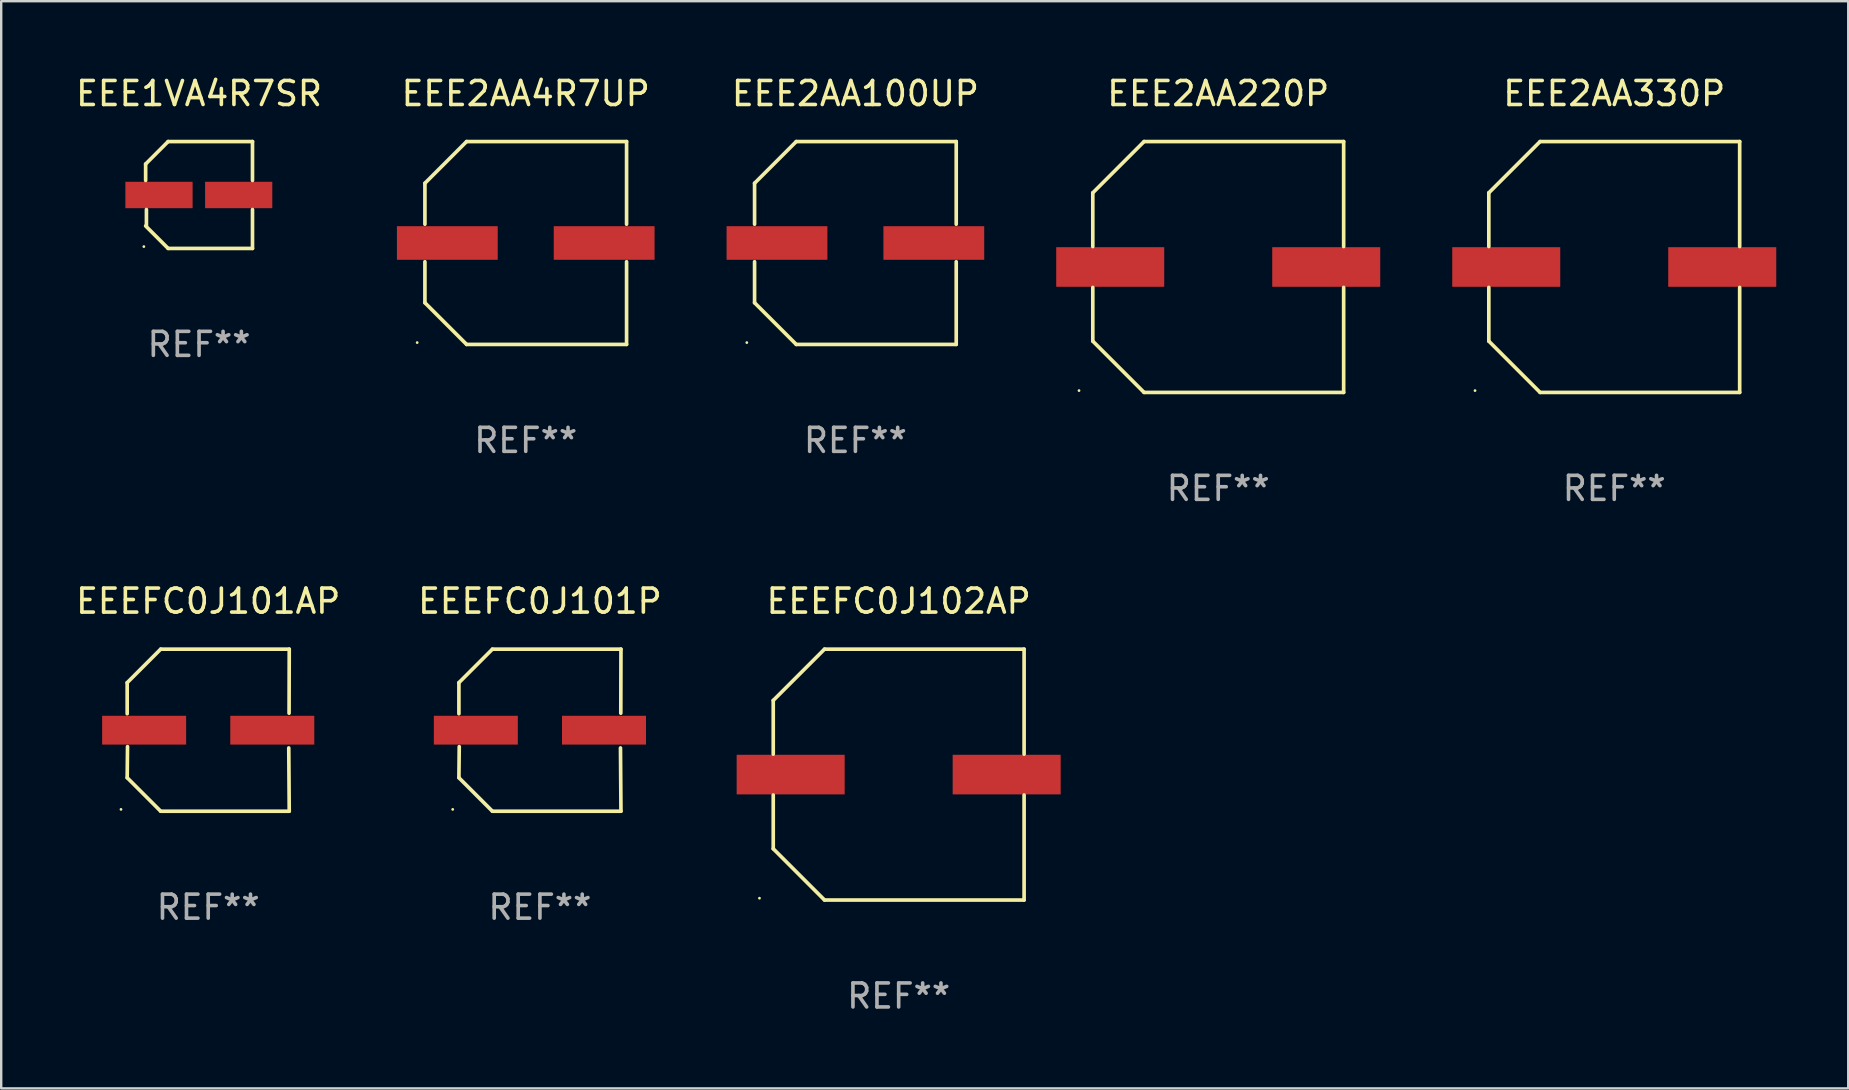
<source format=kicad_pcb>
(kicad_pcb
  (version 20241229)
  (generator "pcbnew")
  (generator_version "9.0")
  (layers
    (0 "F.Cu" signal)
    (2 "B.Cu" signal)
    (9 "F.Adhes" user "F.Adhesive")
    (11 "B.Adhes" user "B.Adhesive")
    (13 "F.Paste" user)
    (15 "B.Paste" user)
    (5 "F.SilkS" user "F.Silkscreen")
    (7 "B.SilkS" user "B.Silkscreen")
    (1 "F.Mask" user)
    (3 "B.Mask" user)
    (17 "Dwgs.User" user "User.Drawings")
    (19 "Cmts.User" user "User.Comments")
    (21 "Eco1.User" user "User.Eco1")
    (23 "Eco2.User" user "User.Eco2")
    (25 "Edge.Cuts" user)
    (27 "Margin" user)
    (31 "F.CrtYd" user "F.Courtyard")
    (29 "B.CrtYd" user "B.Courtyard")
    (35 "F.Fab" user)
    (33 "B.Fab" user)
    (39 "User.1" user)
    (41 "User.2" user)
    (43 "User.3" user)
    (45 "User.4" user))
  (footprint "EEE2AA330P"
    (layer "F.Cu")
    (at 64.207 8.074)
    (property "Reference" "EEE2AA330P" (at 0 -7.226 0) (layer "F.SilkS") (effects (font (size 1 1) (thickness 0.15))))
    (attr through_hole)
    (fp_line (start -5.226 -3.09) (end -5.226 -0.852) (stroke (width 0.152) (type solid)) (layer "F.SilkS"))
    (fp_line (start -5.226 3.09) (end -5.226 0.852) (stroke (width 0.152) (type solid)) (layer "F.SilkS"))
    (fp_line (start -3.09 -5.226) (end -5.226 -3.09) (stroke (width 0.152) (type solid)) (layer "F.SilkS"))
    (fp_line (start -3.09 5.226) (end -5.226 3.09) (stroke (width 0.152) (type solid)) (layer "F.SilkS"))
    (fp_line (start 5.226 -5.226) (end -3.09 -5.226) (stroke (width 0.152) (type solid)) (layer "F.SilkS"))
    (fp_line (start 5.226 -0.852) (end 5.226 -5.226) (stroke (width 0.152) (type solid)) (layer "F.SilkS"))
    (fp_line (start 5.226 0.852) (end 5.226 5.226) (stroke (width 0.152) (type solid)) (layer "F.SilkS"))
    (fp_line (start 5.226 5.226) (end -3.09 5.226) (stroke (width 0.152) (type solid)) (layer "F.SilkS"))
    (fp_circle (center -5.8 5.15) (end -5.77 5.15) (stroke (width 0.06) (type solid)) (fill no) (layer "F.SilkS"))
    (fp_text user "REF**" (at 0 9.226 0) (layer "F.Fab") (effects (font (size 1 1) (thickness 0.15))))
    (pad "1" smd rect (at -4.5 0) (size 4.5 1.65) (layers "F.Cu" "F.Mask" "F.Paste"))
    (pad "2" smd rect (at 4.5 0) (size 4.5 1.65) (layers "F.Cu" "F.Mask" "F.Paste")))
  (footprint "EEE2AA100UP"
    (layer "F.Cu")
    (at 32.59 7.074)
    (property "Reference" "EEE2AA100UP" (at 0 -6.226 0) (layer "F.SilkS") (effects (font (size 1 1) (thickness 0.15))))
    (attr through_hole)
    (fp_line (start -4.201 -2.49) (end -4.201 -0.782) (stroke (width 0.152) (type solid)) (layer "F.SilkS"))
    (fp_line (start -4.201 2.49) (end -4.201 0.782) (stroke (width 0.152) (type solid)) (layer "F.SilkS"))
    (fp_line (start -2.465 -4.226) (end -4.201 -2.49) (stroke (width 0.152) (type solid)) (layer "F.SilkS"))
    (fp_line (start -2.465 4.226) (end -4.201 2.49) (stroke (width 0.152) (type solid)) (layer "F.SilkS"))
    (fp_line (start 4.201 -4.226) (end -2.465 -4.226) (stroke (width 0.152) (type solid)) (layer "F.SilkS"))
    (fp_line (start 4.201 -0.782) (end 4.201 -4.226) (stroke (width 0.152) (type solid)) (layer "F.SilkS"))
    (fp_line (start 4.201 0.782) (end 4.201 4.226) (stroke (width 0.152) (type solid)) (layer "F.SilkS"))
    (fp_line (start 4.201 4.226) (end -2.465 4.226) (stroke (width 0.152) (type solid)) (layer "F.SilkS"))
    (fp_circle (center -4.524 4.15) (end -4.494 4.15) (stroke (width 0.06) (type solid)) (fill no) (layer "F.SilkS"))
    (fp_text user "REF**" (at 0 8.226 0) (layer "F.Fab") (effects (font (size 1 1) (thickness 0.15))))
    (pad "1" smd rect (at -3.267 0) (size 4.2 1.4) (layers "F.Cu" "F.Mask" "F.Paste"))
    (pad "2" smd rect (at 3.267 0) (size 4.2 1.4) (layers "F.Cu" "F.Mask" "F.Paste")))
  (footprint "EEE2AA220P"
    (layer "F.Cu")
    (at 47.707 8.074)
    (property "Reference" "EEE2AA220P" (at 0 -7.226 0) (layer "F.SilkS") (effects (font (size 1 1) (thickness 0.15))))
    (attr through_hole)
    (fp_line (start -5.226 -3.09) (end -5.226 -0.852) (stroke (width 0.152) (type solid)) (layer "F.SilkS"))
    (fp_line (start -5.226 3.09) (end -5.226 0.852) (stroke (width 0.152) (type solid)) (layer "F.SilkS"))
    (fp_line (start -3.09 -5.226) (end -5.226 -3.09) (stroke (width 0.152) (type solid)) (layer "F.SilkS"))
    (fp_line (start -3.09 5.226) (end -5.226 3.09) (stroke (width 0.152) (type solid)) (layer "F.SilkS"))
    (fp_line (start 5.226 -5.226) (end -3.09 -5.226) (stroke (width 0.152) (type solid)) (layer "F.SilkS"))
    (fp_line (start 5.226 -0.852) (end 5.226 -5.226) (stroke (width 0.152) (type solid)) (layer "F.SilkS"))
    (fp_line (start 5.226 0.852) (end 5.226 5.226) (stroke (width 0.152) (type solid)) (layer "F.SilkS"))
    (fp_line (start 5.226 5.226) (end -3.09 5.226) (stroke (width 0.152) (type solid)) (layer "F.SilkS"))
    (fp_circle (center -5.8 5.15) (end -5.77 5.15) (stroke (width 0.06) (type solid)) (fill no) (layer "F.SilkS"))
    (fp_text user "REF**" (at 0 9.226 0) (layer "F.Fab") (effects (font (size 1 1) (thickness 0.15))))
    (pad "1" smd rect (at -4.5 0) (size 4.5 1.65) (layers "F.Cu" "F.Mask" "F.Paste"))
    (pad "2" smd rect (at 4.5 0) (size 4.5 1.65) (layers "F.Cu" "F.Mask" "F.Paste")))
  (footprint "EEEFC0J101AP"
    (layer "F.Cu")
    (at 5.625 27.373)
    (property "Reference" "EEEFC0J101AP" (at 0 -5.376 0) (layer "F.SilkS") (effects (font (size 1 1) (thickness 0.15))))
    (attr through_hole)
    (fp_line (start -3.376 -1.98) (end -3.376 -0.686) (stroke (width 0.152) (type solid)) (layer "F.SilkS"))
    (fp_line (start -3.376 1.981) (end -3.362 0.686) (stroke (width 0.152) (type solid)) (layer "F.SilkS"))
    (fp_line (start -1.981 3.376) (end -3.376 1.981) (stroke (width 0.152) (type solid)) (layer "F.SilkS"))
    (fp_line (start -1.98 -3.376) (end -3.376 -1.98) (stroke (width 0.152) (type solid)) (layer "F.SilkS"))
    (fp_line (start 3.356 0.74) (end 3.376 3.376) (stroke (width 0.152) (type solid)) (layer "F.SilkS"))
    (fp_line (start 3.369 -0.707) (end 3.376 -3.376) (stroke (width 0.152) (type solid)) (layer "F.SilkS"))
    (fp_line (start 3.376 3.376) (end -1.981 3.376) (stroke (width 0.152) (type solid)) (layer "F.SilkS"))
    (fp_line (start 3.376 -3.376) (end -1.98 -3.376) (stroke (width 0.152) (type solid)) (layer "F.SilkS"))
    (fp_circle (center -3.634 3.3) (end -3.604 3.3) (stroke (width 0.06) (type solid)) (fill no) (layer "F.SilkS"))
    (fp_text user "REF**" (at 0 7.376 0) (layer "F.Fab") (effects (font (size 1 1) (thickness 0.15))))
    (pad "1" smd rect (at -2.67 0.000254) (size 3.5 1.2) (layers "F.Cu" "F.Mask" "F.Paste"))
    (pad "2" smd rect (at 2.67 0.000254) (size 3.5 1.2) (layers "F.Cu" "F.Mask" "F.Paste")))
  (footprint "EEEFC0J102AP"
    (layer "F.Cu")
    (at 34.393 29.223)
    (property "Reference" "EEEFC0J102AP" (at 0 -7.226 0) (layer "F.SilkS") (effects (font (size 1 1) (thickness 0.15))))
    (attr through_hole)
    (fp_line (start -5.226 -3.09) (end -5.226 -0.852) (stroke (width 0.152) (type solid)) (layer "F.SilkS"))
    (fp_line (start -5.226 3.09) (end -5.226 0.852) (stroke (width 0.152) (type solid)) (layer "F.SilkS"))
    (fp_line (start -3.09 -5.226) (end -5.226 -3.09) (stroke (width 0.152) (type solid)) (layer "F.SilkS"))
    (fp_line (start -3.09 5.226) (end -5.226 3.09) (stroke (width 0.152) (type solid)) (layer "F.SilkS"))
    (fp_line (start 5.226 -5.226) (end -3.09 -5.226) (stroke (width 0.152) (type solid)) (layer "F.SilkS"))
    (fp_line (start 5.226 -0.852) (end 5.226 -5.226) (stroke (width 0.152) (type solid)) (layer "F.SilkS"))
    (fp_line (start 5.226 0.852) (end 5.226 5.226) (stroke (width 0.152) (type solid)) (layer "F.SilkS"))
    (fp_line (start 5.226 5.226) (end -3.09 5.226) (stroke (width 0.152) (type solid)) (layer "F.SilkS"))
    (fp_circle (center -5.8 5.15) (end -5.77 5.15) (stroke (width 0.06) (type solid)) (fill no) (layer "F.SilkS"))
    (fp_text user "REF**" (at 0 9.226 0) (layer "F.Fab") (effects (font (size 1 1) (thickness 0.15))))
    (pad "1" smd rect (at -4.5 0) (size 4.5 1.65) (layers "F.Cu" "F.Mask" "F.Paste"))
    (pad "2" smd rect (at 4.5 0) (size 4.5 1.65) (layers "F.Cu" "F.Mask" "F.Paste")))
  (footprint "EEE2AA4R7UP"
    (layer "F.Cu")
    (at 18.855 7.074)
    (property "Reference" "EEE2AA4R7UP" (at 0 -6.226 0) (layer "F.SilkS") (effects (font (size 1 1) (thickness 0.15))))
    (attr through_hole)
    (fp_line (start -4.201 -2.49) (end -4.201 -0.782) (stroke (width 0.152) (type solid)) (layer "F.SilkS"))
    (fp_line (start -4.201 2.49) (end -4.201 0.782) (stroke (width 0.152) (type solid)) (layer "F.SilkS"))
    (fp_line (start -2.465 -4.226) (end -4.201 -2.49) (stroke (width 0.152) (type solid)) (layer "F.SilkS"))
    (fp_line (start -2.465 4.226) (end -4.201 2.49) (stroke (width 0.152) (type solid)) (layer "F.SilkS"))
    (fp_line (start 4.201 -4.226) (end -2.465 -4.226) (stroke (width 0.152) (type solid)) (layer "F.SilkS"))
    (fp_line (start 4.201 -0.782) (end 4.201 -4.226) (stroke (width 0.152) (type solid)) (layer "F.SilkS"))
    (fp_line (start 4.201 0.782) (end 4.201 4.226) (stroke (width 0.152) (type solid)) (layer "F.SilkS"))
    (fp_line (start 4.201 4.226) (end -2.465 4.226) (stroke (width 0.152) (type solid)) (layer "F.SilkS"))
    (fp_circle (center -4.524 4.15) (end -4.494 4.15) (stroke (width 0.06) (type solid)) (fill no) (layer "F.SilkS"))
    (fp_text user "REF**" (at 0 8.226 0) (layer "F.Fab") (effects (font (size 1 1) (thickness 0.15))))
    (pad "1" smd rect (at -3.267 0) (size 4.2 1.4) (layers "F.Cu" "F.Mask" "F.Paste"))
    (pad "2" smd rect (at 3.267 0) (size 4.2 1.4) (layers "F.Cu" "F.Mask" "F.Paste")))
  (footprint "EEEFC0J101P"
    (layer "F.Cu")
    (at 19.446 27.373)
    (property "Reference" "EEEFC0J101P" (at 0 -5.376 0) (layer "F.SilkS") (effects (font (size 1 1) (thickness 0.15))))
    (attr through_hole)
    (fp_line (start -3.376 -1.98) (end -3.376 -0.686) (stroke (width 0.152) (type solid)) (layer "F.SilkS"))
    (fp_line (start -3.376 1.981) (end -3.362 0.686) (stroke (width 0.152) (type solid)) (layer "F.SilkS"))
    (fp_line (start -1.981 3.376) (end -3.376 1.981) (stroke (width 0.152) (type solid)) (layer "F.SilkS"))
    (fp_line (start -1.98 -3.376) (end -3.376 -1.98) (stroke (width 0.152) (type solid)) (layer "F.SilkS"))
    (fp_line (start 3.356 0.74) (end 3.376 3.376) (stroke (width 0.152) (type solid)) (layer "F.SilkS"))
    (fp_line (start 3.369 -0.707) (end 3.376 -3.376) (stroke (width 0.152) (type solid)) (layer "F.SilkS"))
    (fp_line (start 3.376 3.376) (end -1.981 3.376) (stroke (width 0.152) (type solid)) (layer "F.SilkS"))
    (fp_line (start 3.376 -3.376) (end -1.98 -3.376) (stroke (width 0.152) (type solid)) (layer "F.SilkS"))
    (fp_circle (center -3.634 3.3) (end -3.604 3.3) (stroke (width 0.06) (type solid)) (fill no) (layer "F.SilkS"))
    (fp_text user "REF**" (at 0 7.376 0) (layer "F.Fab") (effects (font (size 1 1) (thickness 0.15))))
    (pad "1" smd rect (at -2.67 0.000254) (size 3.5 1.2) (layers "F.Cu" "F.Mask" "F.Paste"))
    (pad "2" smd rect (at 2.67 0.000254) (size 3.5 1.2) (layers "F.Cu" "F.Mask" "F.Paste")))
  (footprint "EEE1VA4R7SR"
    (layer "F.Cu")
    (at 5.244 5.074)
    (property "Reference" "EEE1VA4R7SR" (at 0 -4.226 0) (layer "F.SilkS") (effects (font (size 1 1) (thickness 0.15))))
    (attr through_hole)
    (fp_line (start -2.226 -1.29) (end -2.226 -0.607) (stroke (width 0.152) (type solid)) (layer "F.SilkS"))
    (fp_line (start -2.193 1.29) (end -2.193 0.607) (stroke (width 0.152) (type solid)) (layer "F.SilkS"))
    (fp_line (start -1.29 2.226) (end -2.226 1.29) (stroke (width 0.152) (type solid)) (layer "F.SilkS"))
    (fp_line (start -1.29 -2.226) (end -2.226 -1.29) (stroke (width 0.152) (type solid)) (layer "F.SilkS"))
    (fp_line (start 2.226 -2.226) (end -1.29 -2.226) (stroke (width 0.152) (type solid)) (layer "F.SilkS"))
    (fp_line (start 2.226 -0.607) (end 2.226 -2.226) (stroke (width 0.152) (type solid)) (layer "F.SilkS"))
    (fp_line (start 2.226 0.607) (end 2.226 2.226) (stroke (width 0.152) (type solid)) (layer "F.SilkS"))
    (fp_line (start 2.226 2.226) (end -1.29 2.226) (stroke (width 0.152) (type solid)) (layer "F.SilkS"))
    (fp_circle (center -2.3 2.15) (end -2.27 2.15) (stroke (width 0.06) (type solid)) (fill no) (layer "F.SilkS"))
    (fp_text user "REF**" (at 0 6.226 0) (layer "F.Fab") (effects (font (size 1 1) (thickness 0.15))))
    (pad "1" smd rect (at -1.67 -0.000025) (size 2.8 1.1) (layers "F.Cu" "F.Mask" "F.Paste"))
    (pad "2" smd rect (at 1.651 -0.000025) (size 2.8 1.1) (layers "F.Cu" "F.Mask" "F.Paste")))
  (gr_rect
    (start -3 -3)
    (end 73.956 42.298)
    (stroke (width 0.1) (type default))
    (fill no)
    (layer "Edge.Cuts")))
</source>
